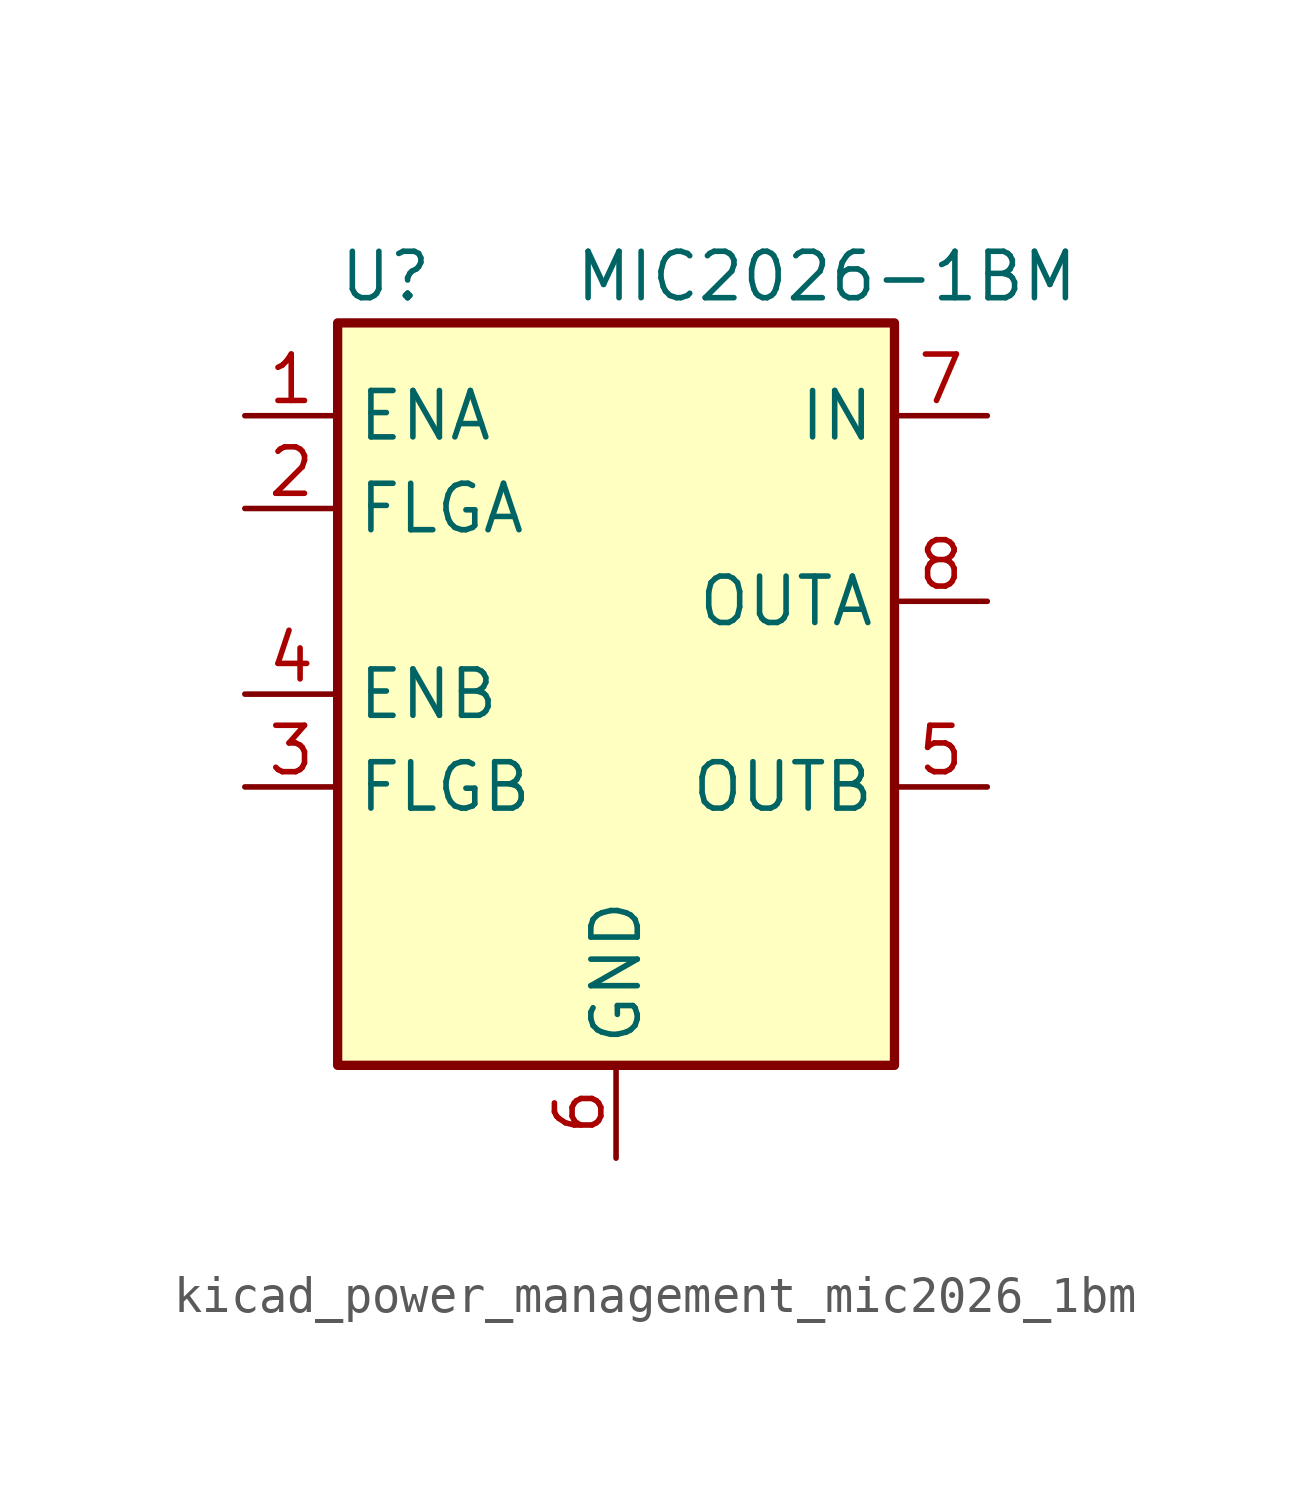
<source format=kicad_sym>
(kicad_symbol_lib
  (version 20220914)
  (generator kicad_symbol_editor)
  (symbol "kicad_power_management_mic2026_1bm"
    (property "Reference" "U"
      (at -7.62 11.43 0)
      (effects (font (size 1.27 1.27)) (justify left)))
    (property "Value" "MIC2026-1BM"
      (at 12.7 11.43 0)
      (effects (font (size 1.27 1.27)) (justify right)))
    (symbol "kicad_power_management_mic2026_1bm_0_1"
      (rectangle (start -7.62 -10.16) (end 7.62 10.16) (stroke (width 0.254) (type default)) (fill (type background))))
    (symbol "kicad_power_management_mic2026_1bm_1_1"
      (pin input line (at -10.16 7.62 0) (length 2.54) (name "ENA" (effects (font (size 1.27 1.27)))) (number "1" (effects (font (size 1.27 1.27)))))
      (pin output line (at -10.16 5.08 0) (length 2.54) (name "FLGA" (effects (font (size 1.27 1.27)))) (number "2" (effects (font (size 1.27 1.27)))))
      (pin output line (at -10.16 -2.54 0) (length 2.54) (name "FLGB" (effects (font (size 1.27 1.27)))) (number "3" (effects (font (size 1.27 1.27)))))
      (pin input line (at -10.16 0 0) (length 2.54) (name "ENB" (effects (font (size 1.27 1.27)))) (number "4" (effects (font (size 1.27 1.27)))))
      (pin power_out line (at 10.16 -2.54 180) (length 2.54) (name "OUTB" (effects (font (size 1.27 1.27)))) (number "5" (effects (font (size 1.27 1.27)))))
      (pin power_in line (at 0 -12.7 90) (length 2.54) (name "GND" (effects (font (size 1.27 1.27)))) (number "6" (effects (font (size 1.27 1.27)))))
      (pin power_in line (at 10.16 7.62 180) (length 2.54) (name "IN" (effects (font (size 1.27 1.27)))) (number "7" (effects (font (size 1.27 1.27)))))
      (pin power_out line (at 10.16 2.54 180) (length 2.54) (name "OUTA" (effects (font (size 1.27 1.27)))) (number "8" (effects (font (size 1.27 1.27))))))))
</source>
